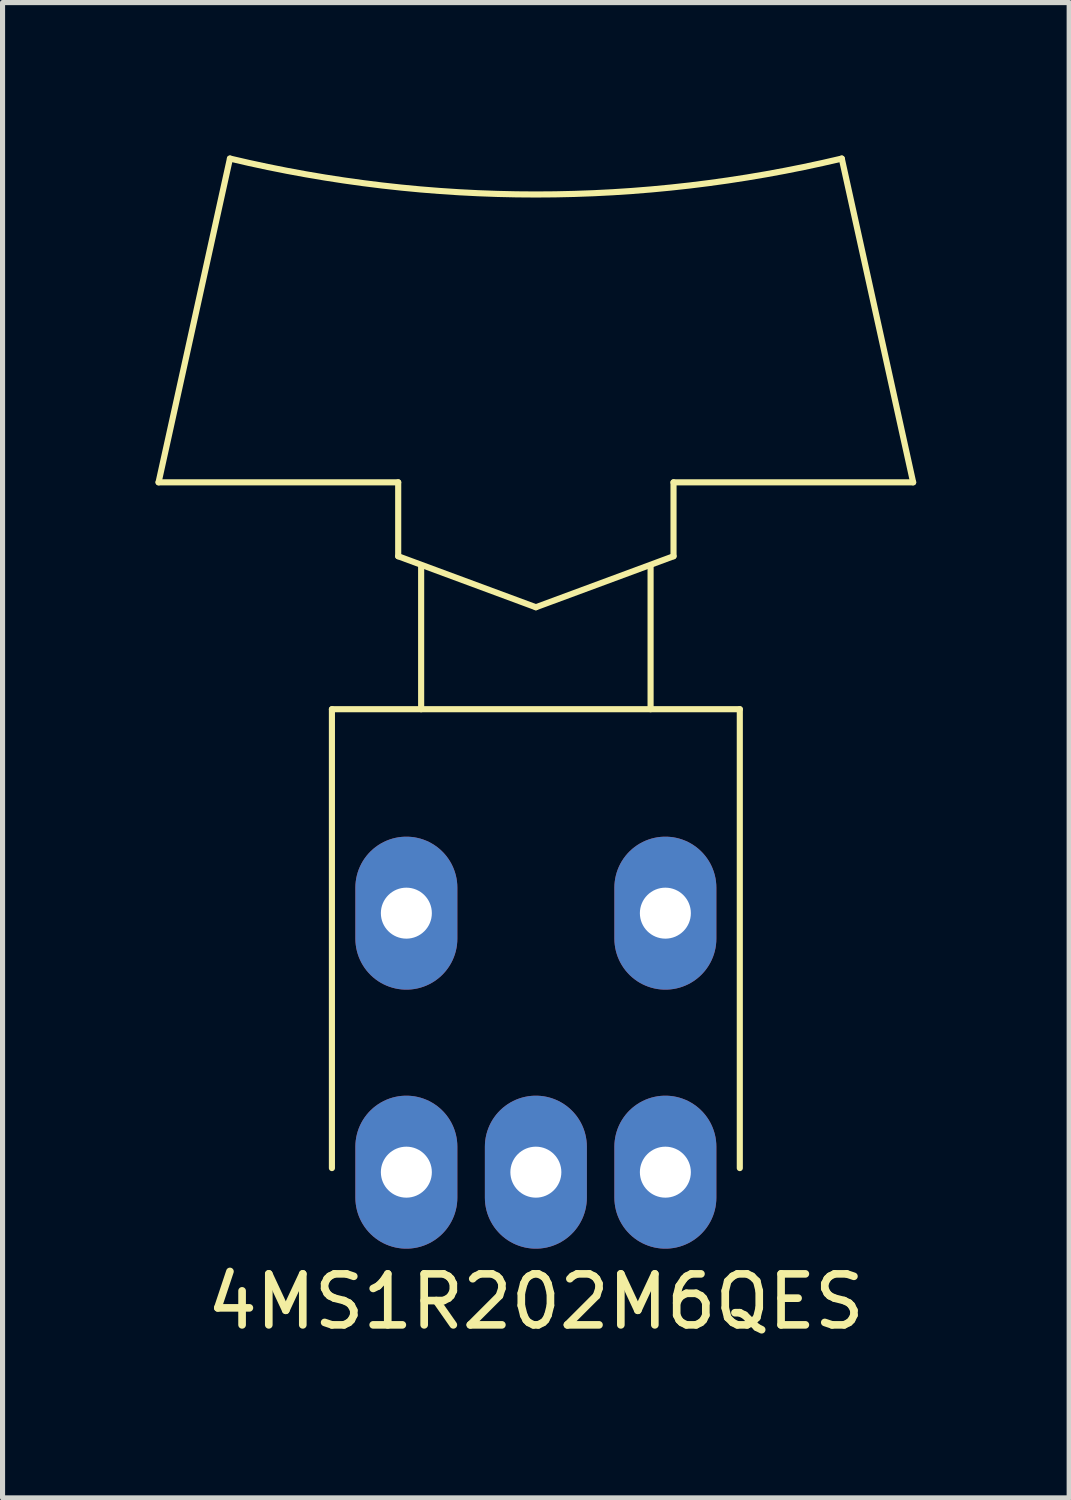
<source format=kicad_pcb>
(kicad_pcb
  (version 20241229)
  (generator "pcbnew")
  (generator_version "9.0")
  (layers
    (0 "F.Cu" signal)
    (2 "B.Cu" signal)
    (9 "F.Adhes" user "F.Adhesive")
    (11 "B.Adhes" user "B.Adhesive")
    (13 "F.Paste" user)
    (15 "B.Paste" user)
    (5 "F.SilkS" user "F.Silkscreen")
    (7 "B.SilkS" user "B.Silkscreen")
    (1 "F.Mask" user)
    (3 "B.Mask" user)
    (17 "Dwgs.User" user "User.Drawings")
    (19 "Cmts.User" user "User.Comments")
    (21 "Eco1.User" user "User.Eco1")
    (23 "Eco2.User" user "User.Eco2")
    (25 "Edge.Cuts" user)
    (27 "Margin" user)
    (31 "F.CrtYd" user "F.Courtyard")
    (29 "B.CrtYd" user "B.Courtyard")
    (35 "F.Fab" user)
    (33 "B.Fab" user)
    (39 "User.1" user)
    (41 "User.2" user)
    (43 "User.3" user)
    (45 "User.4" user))
  (footprint "4MS1R202M6QES"
    (layer "F.Cu")
    (at 7.46 14.86)
    (property "Reference" "4MS1R202M6QES" (at 0 7.62 0) (layer "F.SilkS") (effects (font (size 1 1) (thickness 0.15))))
    (attr through_hole)
    (fp_line (start -7.4 -8.45) (end -6 -14.8) (stroke (width 0.12) (type solid)) (layer "F.SilkS"))
    (fp_line (start -4 -4) (end -4 5) (stroke (width 0.12) (type solid)) (layer "F.SilkS"))
    (fp_line (start -4 -4) (end 4 -4) (stroke (width 0.12) (type solid)) (layer "F.SilkS"))
    (fp_line (start -2.7 -8.45) (end -7.4 -8.45) (stroke (width 0.12) (type solid)) (layer "F.SilkS"))
    (fp_line (start -2.7 -7) (end -2.7 -8.45) (stroke (width 0.12) (type solid)) (layer "F.SilkS"))
    (fp_line (start -2.25 -4) (end -2.25 -6.8) (stroke (width 0.12) (type solid)) (layer "F.SilkS"))
    (fp_line (start 0 -6) (end -2.7 -7) (stroke (width 0.12) (type solid)) (layer "F.SilkS"))
    (fp_line (start 2.25 -4) (end 2.25 -6.8) (stroke (width 0.12) (type solid)) (layer "F.SilkS"))
    (fp_line (start 2.7 -8.45) (end 7.4 -8.45) (stroke (width 0.12) (type solid)) (layer "F.SilkS"))
    (fp_line (start 2.7 -7) (end 0 -6) (stroke (width 0.12) (type solid)) (layer "F.SilkS"))
    (fp_line (start 2.7 -7) (end 2.7 -8.45) (stroke (width 0.12) (type solid)) (layer "F.SilkS"))
    (fp_line (start 4 -4) (end 4 5) (stroke (width 0.12) (type solid)) (layer "F.SilkS"))
    (fp_line (start 7.4 -8.45) (end 6 -14.8) (stroke (width 0.12) (type solid)) (layer "F.SilkS"))
    (fp_arc (start 6 -14.800003) (mid 0.000001 -14.095563) (end -5.999998 -14.800002) (stroke (width 0.12) (type solid)) (layer "F.SilkS"))
    (pad "1" thru_hole oval (at -2.54 5.08) (size 2 3) (drill 1) (layers "*.Cu" "*.Mask"))
    (pad "2" thru_hole oval (at 0 5.08) (size 2 3) (drill 1) (layers "*.Cu" "*.Mask"))
    (pad "3" thru_hole oval (at 2.54 5.08) (size 2 3) (drill 1) (layers "*.Cu" "*.Mask"))
    (pad "SH" thru_hole oval (at -2.54 0) (size 2 3) (drill 1) (layers "*.Cu" "*.Mask"))
    (pad "SH" thru_hole oval (at 2.54 0) (size 2 3) (drill 1) (layers "*.Cu" "*.Mask")))
  (gr_rect
    (start -3 -3)
    (end 17.92 26.328)
    (stroke (width 0.1) (type default))
    (fill no)
    (layer "Edge.Cuts")))
</source>
